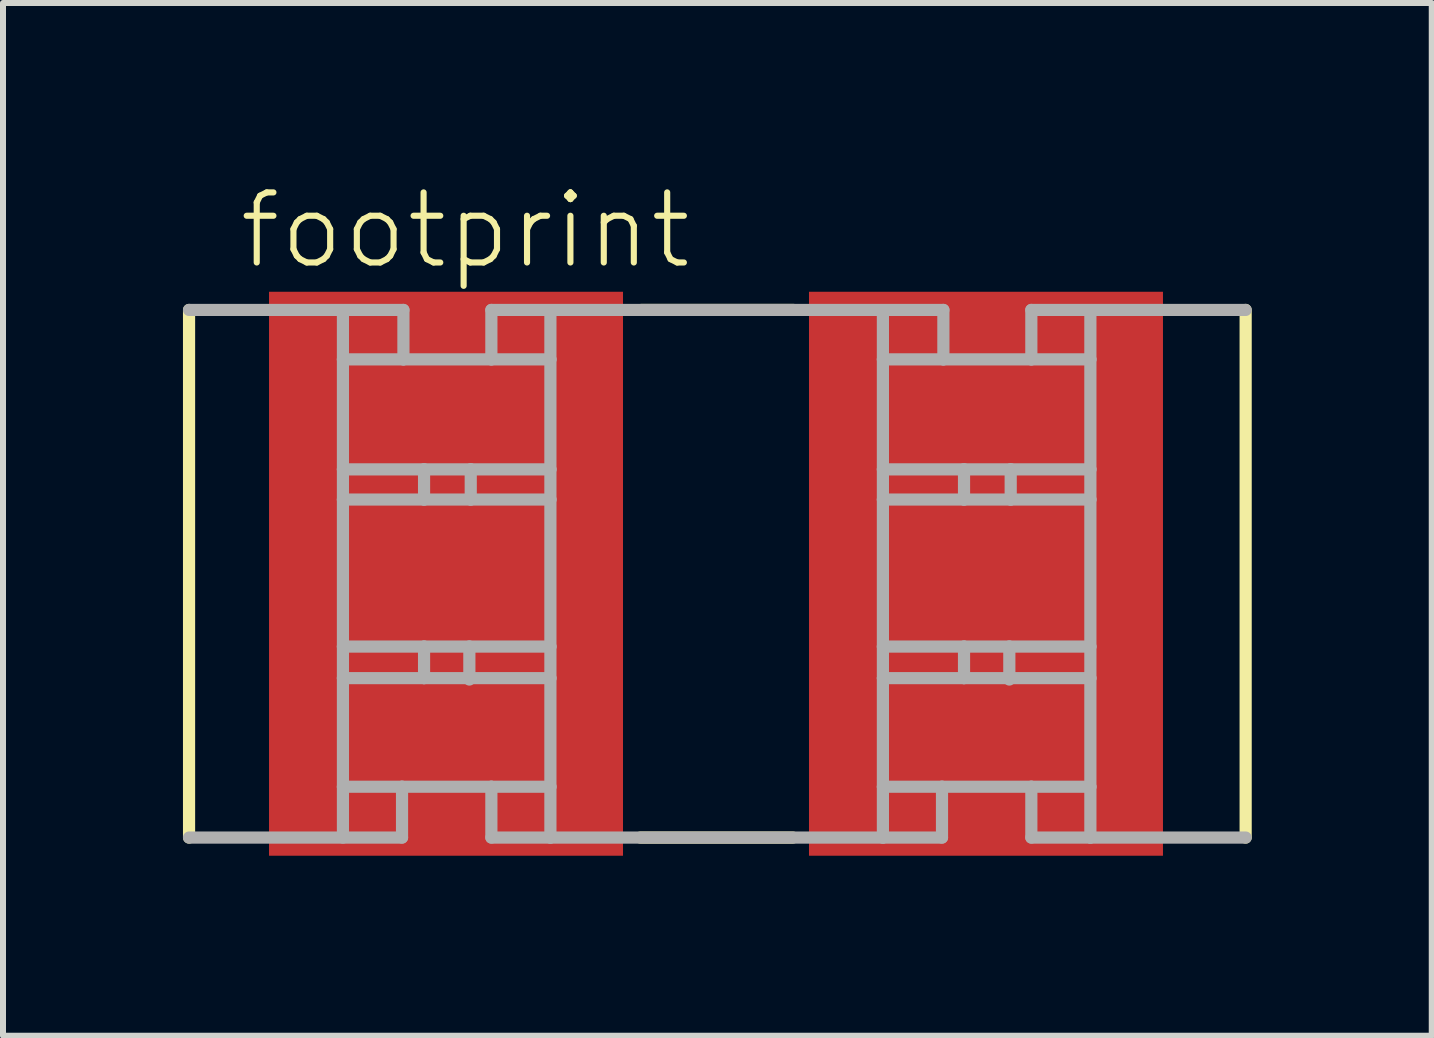
<source format=kicad_pcb>
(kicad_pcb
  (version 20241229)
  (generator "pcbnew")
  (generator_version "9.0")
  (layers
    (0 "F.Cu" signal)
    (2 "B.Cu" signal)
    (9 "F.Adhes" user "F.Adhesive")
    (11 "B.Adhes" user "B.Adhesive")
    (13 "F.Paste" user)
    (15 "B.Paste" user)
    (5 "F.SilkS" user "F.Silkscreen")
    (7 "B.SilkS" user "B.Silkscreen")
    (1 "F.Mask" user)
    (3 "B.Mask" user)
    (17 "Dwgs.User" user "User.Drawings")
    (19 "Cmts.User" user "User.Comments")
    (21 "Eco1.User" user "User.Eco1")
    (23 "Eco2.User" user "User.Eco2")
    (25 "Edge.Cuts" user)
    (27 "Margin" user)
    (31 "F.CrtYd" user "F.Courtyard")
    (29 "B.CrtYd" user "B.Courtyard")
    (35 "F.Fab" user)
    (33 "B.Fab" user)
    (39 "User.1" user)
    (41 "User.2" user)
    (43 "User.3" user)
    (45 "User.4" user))
  (footprint "footprint"
    (layer "F.Cu")
    (at 8.884 6.513)
    (property "Reference" "footprint" (at -8 -5.04 0) (layer "F.SilkS") (effects (font (size 1.168 1.168) (thickness 0.102)) (justify left bottom)))
    (fp_line (start -8.783 4.397) (end -8.783 -4.397) (stroke (width 0.203) (type solid)) (layer "F.SilkS"))
    (fp_line (start -1.244 -4.397) (end 1.29 -4.397) (stroke (width 0.203) (type solid)) (layer "F.SilkS"))
    (fp_line (start 1.282 4.397) (end -1.26 4.397) (stroke (width 0.203) (type solid)) (layer "F.SilkS"))
    (fp_line (start 8.828 -4.397) (end 8.828 4.397) (stroke (width 0.203) (type solid)) (layer "F.SilkS"))
    (fp_line (start -8.783 -4.397) (end -5.21 -4.397) (stroke (width 0.203) (type solid)) (layer "F.Fab"))
    (fp_line (start -6.218 -3.573) (end -6.218 -4.351) (stroke (width 0.203) (type solid)) (layer "F.Fab"))
    (fp_line (start -6.218 -3.573) (end -5.21 -3.573) (stroke (width 0.203) (type solid)) (layer "F.Fab"))
    (fp_line (start -6.218 -1.74) (end -6.218 -3.573) (stroke (width 0.203) (type solid)) (layer "F.Fab"))
    (fp_line (start -6.218 -1.74) (end -4.866 -1.74) (stroke (width 0.203) (type solid)) (layer "F.Fab"))
    (fp_line (start -6.218 -1.237) (end -6.218 -1.74) (stroke (width 0.203) (type solid)) (layer "F.Fab"))
    (fp_line (start -6.218 -1.237) (end -4.866 -1.237) (stroke (width 0.203) (type solid)) (layer "F.Fab"))
    (fp_line (start -6.218 1.214) (end -6.218 -1.237) (stroke (width 0.203) (type solid)) (layer "F.Fab"))
    (fp_line (start -6.218 1.214) (end -4.866 1.214) (stroke (width 0.203) (type solid)) (layer "F.Fab"))
    (fp_line (start -6.218 1.74) (end -6.218 1.214) (stroke (width 0.203) (type solid)) (layer "F.Fab"))
    (fp_line (start -6.218 1.74) (end -4.866 1.74) (stroke (width 0.203) (type solid)) (layer "F.Fab"))
    (fp_line (start -6.218 3.55) (end -6.218 1.74) (stroke (width 0.203) (type solid)) (layer "F.Fab"))
    (fp_line (start -6.218 4.397) (end -6.218 3.55) (stroke (width 0.203) (type solid)) (layer "F.Fab"))
    (fp_line (start -5.233 3.55) (end -6.218 3.55) (stroke (width 0.203) (type solid)) (layer "F.Fab"))
    (fp_line (start -5.233 3.55) (end -3.744 3.55) (stroke (width 0.203) (type solid)) (layer "F.Fab"))
    (fp_line (start -5.233 4.397) (end -8.783 4.397) (stroke (width 0.203) (type solid)) (layer "F.Fab"))
    (fp_line (start -5.233 4.397) (end -5.233 3.55) (stroke (width 0.203) (type solid)) (layer "F.Fab"))
    (fp_line (start -5.21 -3.573) (end -5.21 -4.397) (stroke (width 0.203) (type solid)) (layer "F.Fab"))
    (fp_line (start -5.21 -3.573) (end -3.744 -3.573) (stroke (width 0.203) (type solid)) (layer "F.Fab"))
    (fp_line (start -4.866 -1.74) (end -4.088 -1.74) (stroke (width 0.203) (type solid)) (layer "F.Fab"))
    (fp_line (start -4.866 -1.237) (end -4.866 -1.74) (stroke (width 0.203) (type solid)) (layer "F.Fab"))
    (fp_line (start -4.866 -1.237) (end -4.088 -1.237) (stroke (width 0.203) (type solid)) (layer "F.Fab"))
    (fp_line (start -4.866 1.214) (end -4.111 1.214) (stroke (width 0.203) (type solid)) (layer "F.Fab"))
    (fp_line (start -4.866 1.74) (end -4.866 1.214) (stroke (width 0.203) (type solid)) (layer "F.Fab"))
    (fp_line (start -4.866 1.74) (end -2.76 1.74) (stroke (width 0.203) (type solid)) (layer "F.Fab"))
    (fp_line (start -4.111 1.214) (end -2.76 1.214) (stroke (width 0.203) (type solid)) (layer "F.Fab"))
    (fp_line (start -4.111 1.763) (end -4.111 1.214) (stroke (width 0.203) (type solid)) (layer "F.Fab"))
    (fp_line (start -4.088 -1.74) (end -2.76 -1.74) (stroke (width 0.203) (type solid)) (layer "F.Fab"))
    (fp_line (start -4.088 -1.237) (end -4.088 -1.74) (stroke (width 0.203) (type solid)) (layer "F.Fab"))
    (fp_line (start -4.088 -1.237) (end -2.76 -1.237) (stroke (width 0.203) (type solid)) (layer "F.Fab"))
    (fp_line (start -3.744 -4.397) (end 3.79 -4.397) (stroke (width 0.203) (type solid)) (layer "F.Fab"))
    (fp_line (start -3.744 -3.573) (end -3.744 -4.397) (stroke (width 0.203) (type solid)) (layer "F.Fab"))
    (fp_line (start -3.744 -3.573) (end -2.76 -3.573) (stroke (width 0.203) (type solid)) (layer "F.Fab"))
    (fp_line (start -3.744 3.55) (end -2.76 3.55) (stroke (width 0.203) (type solid)) (layer "F.Fab"))
    (fp_line (start -3.744 4.397) (end -3.744 3.55) (stroke (width 0.203) (type solid)) (layer "F.Fab"))
    (fp_line (start -2.76 -3.573) (end -2.76 -4.351) (stroke (width 0.203) (type solid)) (layer "F.Fab"))
    (fp_line (start -2.76 -1.74) (end -2.76 -3.573) (stroke (width 0.203) (type solid)) (layer "F.Fab"))
    (fp_line (start -2.76 -1.237) (end -2.76 -1.74) (stroke (width 0.203) (type solid)) (layer "F.Fab"))
    (fp_line (start -2.76 1.214) (end -2.76 -1.237) (stroke (width 0.203) (type solid)) (layer "F.Fab"))
    (fp_line (start -2.76 1.74) (end -2.76 1.214) (stroke (width 0.203) (type solid)) (layer "F.Fab"))
    (fp_line (start -2.76 3.55) (end -2.76 1.74) (stroke (width 0.203) (type solid)) (layer "F.Fab"))
    (fp_line (start -2.76 4.397) (end -3.744 4.397) (stroke (width 0.203) (type solid)) (layer "F.Fab"))
    (fp_line (start -2.76 4.397) (end -2.76 3.55) (stroke (width 0.203) (type solid)) (layer "F.Fab"))
    (fp_line (start 2.782 -3.573) (end 2.782 -4.351) (stroke (width 0.203) (type solid)) (layer "F.Fab"))
    (fp_line (start 2.782 -3.573) (end 3.79 -3.573) (stroke (width 0.203) (type solid)) (layer "F.Fab"))
    (fp_line (start 2.782 -1.74) (end 2.782 -3.573) (stroke (width 0.203) (type solid)) (layer "F.Fab"))
    (fp_line (start 2.782 -1.74) (end 4.134 -1.74) (stroke (width 0.203) (type solid)) (layer "F.Fab"))
    (fp_line (start 2.782 -1.237) (end 2.782 -1.74) (stroke (width 0.203) (type solid)) (layer "F.Fab"))
    (fp_line (start 2.782 -1.237) (end 4.134 -1.237) (stroke (width 0.203) (type solid)) (layer "F.Fab"))
    (fp_line (start 2.782 1.214) (end 2.782 -1.237) (stroke (width 0.203) (type solid)) (layer "F.Fab"))
    (fp_line (start 2.782 1.214) (end 4.134 1.214) (stroke (width 0.203) (type solid)) (layer "F.Fab"))
    (fp_line (start 2.782 1.74) (end 2.782 1.214) (stroke (width 0.203) (type solid)) (layer "F.Fab"))
    (fp_line (start 2.782 1.74) (end 4.134 1.74) (stroke (width 0.203) (type solid)) (layer "F.Fab"))
    (fp_line (start 2.782 3.55) (end 2.782 1.74) (stroke (width 0.203) (type solid)) (layer "F.Fab"))
    (fp_line (start 2.782 4.397) (end -2.76 4.397) (stroke (width 0.203) (type solid)) (layer "F.Fab"))
    (fp_line (start 2.782 4.397) (end 2.782 3.55) (stroke (width 0.203) (type solid)) (layer "F.Fab"))
    (fp_line (start 3.767 3.55) (end 2.782 3.55) (stroke (width 0.203) (type solid)) (layer "F.Fab"))
    (fp_line (start 3.767 3.55) (end 5.256 3.55) (stroke (width 0.203) (type solid)) (layer "F.Fab"))
    (fp_line (start 3.767 4.397) (end 2.782 4.397) (stroke (width 0.203) (type solid)) (layer "F.Fab"))
    (fp_line (start 3.767 4.397) (end 3.767 3.55) (stroke (width 0.203) (type solid)) (layer "F.Fab"))
    (fp_line (start 3.79 -3.573) (end 3.79 -4.397) (stroke (width 0.203) (type solid)) (layer "F.Fab"))
    (fp_line (start 3.79 -3.573) (end 5.256 -3.573) (stroke (width 0.203) (type solid)) (layer "F.Fab"))
    (fp_line (start 4.134 -1.74) (end 4.912 -1.74) (stroke (width 0.203) (type solid)) (layer "F.Fab"))
    (fp_line (start 4.134 -1.237) (end 4.134 -1.74) (stroke (width 0.203) (type solid)) (layer "F.Fab"))
    (fp_line (start 4.134 -1.237) (end 4.912 -1.237) (stroke (width 0.203) (type solid)) (layer "F.Fab"))
    (fp_line (start 4.134 1.214) (end 4.889 1.214) (stroke (width 0.203) (type solid)) (layer "F.Fab"))
    (fp_line (start 4.134 1.74) (end 4.134 1.214) (stroke (width 0.203) (type solid)) (layer "F.Fab"))
    (fp_line (start 4.134 1.74) (end 6.24 1.74) (stroke (width 0.203) (type solid)) (layer "F.Fab"))
    (fp_line (start 4.889 1.214) (end 6.24 1.214) (stroke (width 0.203) (type solid)) (layer "F.Fab"))
    (fp_line (start 4.889 1.763) (end 4.889 1.214) (stroke (width 0.203) (type solid)) (layer "F.Fab"))
    (fp_line (start 4.912 -1.74) (end 6.24 -1.74) (stroke (width 0.203) (type solid)) (layer "F.Fab"))
    (fp_line (start 4.912 -1.237) (end 4.912 -1.74) (stroke (width 0.203) (type solid)) (layer "F.Fab"))
    (fp_line (start 4.912 -1.237) (end 6.24 -1.237) (stroke (width 0.203) (type solid)) (layer "F.Fab"))
    (fp_line (start 5.256 -4.397) (end 8.828 -4.397) (stroke (width 0.203) (type solid)) (layer "F.Fab"))
    (fp_line (start 5.256 -3.573) (end 5.256 -4.397) (stroke (width 0.203) (type solid)) (layer "F.Fab"))
    (fp_line (start 5.256 -3.573) (end 6.24 -3.573) (stroke (width 0.203) (type solid)) (layer "F.Fab"))
    (fp_line (start 5.256 3.55) (end 6.24 3.55) (stroke (width 0.203) (type solid)) (layer "F.Fab"))
    (fp_line (start 5.256 4.397) (end 5.256 3.55) (stroke (width 0.203) (type solid)) (layer "F.Fab"))
    (fp_line (start 6.24 -3.573) (end 6.24 -4.351) (stroke (width 0.203) (type solid)) (layer "F.Fab"))
    (fp_line (start 6.24 -1.74) (end 6.24 -3.573) (stroke (width 0.203) (type solid)) (layer "F.Fab"))
    (fp_line (start 6.24 -1.237) (end 6.24 -1.74) (stroke (width 0.203) (type solid)) (layer "F.Fab"))
    (fp_line (start 6.24 1.214) (end 6.24 -1.237) (stroke (width 0.203) (type solid)) (layer "F.Fab"))
    (fp_line (start 6.24 1.74) (end 6.24 1.214) (stroke (width 0.203) (type solid)) (layer "F.Fab"))
    (fp_line (start 6.24 3.55) (end 6.24 1.74) (stroke (width 0.203) (type solid)) (layer "F.Fab"))
    (fp_line (start 6.24 4.397) (end 5.256 4.397) (stroke (width 0.203) (type solid)) (layer "F.Fab"))
    (fp_line (start 6.24 4.397) (end 6.24 3.55) (stroke (width 0.203) (type solid)) (layer "F.Fab"))
    (fp_line (start 8.828 4.397) (end 6.24 4.397) (stroke (width 0.203) (type solid)) (layer "F.Fab"))
    (pad "1" smd rect (at -4.5 0) (size 5.9 9.4) (layers "F.Cu" "F.Mask" "F.Paste"))
    (pad "2" smd rect (at 4.5 0) (size 5.9 9.4) (layers "F.Cu" "F.Mask" "F.Paste")))
  (gr_rect
    (start -3 -3)
    (end 20.814 14.213)
    (stroke (width 0.1) (type default))
    (fill no)
    (layer "Edge.Cuts")))
</source>
